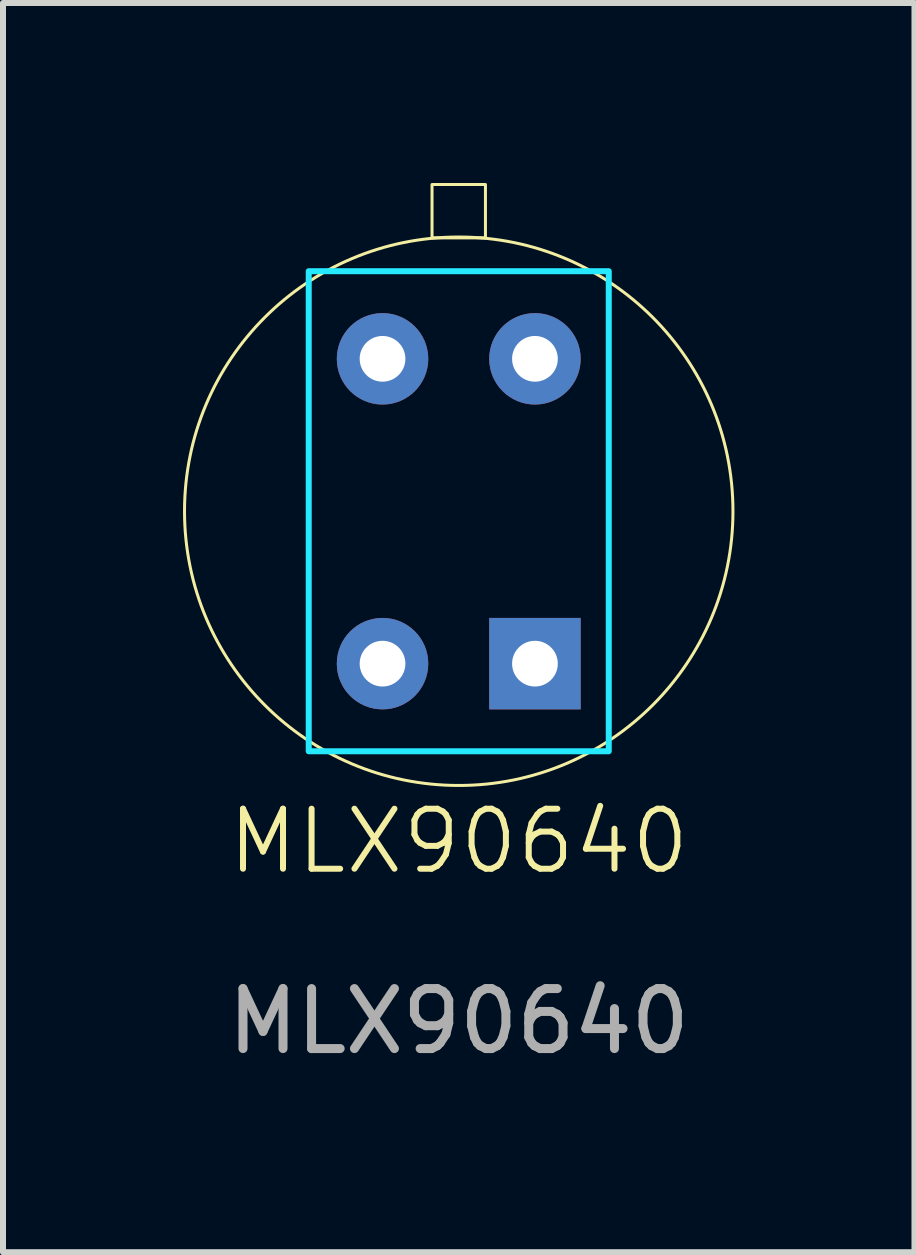
<source format=kicad_pcb>
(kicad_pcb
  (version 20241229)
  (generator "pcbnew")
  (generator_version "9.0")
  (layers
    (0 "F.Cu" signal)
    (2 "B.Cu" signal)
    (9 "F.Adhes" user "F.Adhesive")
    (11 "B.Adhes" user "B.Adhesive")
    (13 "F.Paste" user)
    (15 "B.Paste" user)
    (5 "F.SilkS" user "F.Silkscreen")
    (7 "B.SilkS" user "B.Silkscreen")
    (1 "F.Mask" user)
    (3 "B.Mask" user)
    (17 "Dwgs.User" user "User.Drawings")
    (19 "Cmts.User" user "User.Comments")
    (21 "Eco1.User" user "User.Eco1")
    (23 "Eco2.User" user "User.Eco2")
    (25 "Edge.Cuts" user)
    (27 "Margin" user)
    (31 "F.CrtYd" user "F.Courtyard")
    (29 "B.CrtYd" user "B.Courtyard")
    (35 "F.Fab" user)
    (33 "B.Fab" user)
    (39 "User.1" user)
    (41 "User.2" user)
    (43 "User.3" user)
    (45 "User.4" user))
  (footprint "MLX90640"
    (layer "F.Cu")
    (at 4.595 5.47)
    (property "Reference" "MLX90640" (at 0 5.5 0) (unlocked yes) (layer "F.SilkS") (effects (font (size 1 1) (thickness 0.1))))
    (attr through_hole)
    (fp_rect (start -0.445 -5.445) (end 0.445 -4.555) (stroke (width 0.05) (type default)) (fill no) (layer "F.SilkS"))
    (fp_circle (center 0 0) (end 4.57 0) (stroke (width 0.05) (type default)) (fill no) (layer "F.SilkS"))
    (fp_rect (start -2.5 -4) (end 2.5 4) (stroke (width 0.1) (type default)) (fill no) (layer "B.CrtYd"))
    (fp_text user "${REFERENCE}" (at 0 8.5 0) (unlocked yes) (layer "F.Fab") (effects (font (size 1 1) (thickness 0.15))))
    (pad "1" thru_hole circle (at -1.27 -2.54) (size 1.524 1.524) (drill 0.762) (layers "*.Cu" "*.Mask"))
    (pad "2" thru_hole circle (at 1.27 -2.54) (size 1.524 1.524) (drill 0.762) (layers "*.Cu" "*.Mask"))
    (pad "3" thru_hole circle (at -1.27 2.54) (size 1.524 1.524) (drill 0.762) (layers "*.Cu" "*.Mask"))
    (pad "4" thru_hole rect (at 1.27 2.54) (size 1.524 1.524) (drill 0.762) (layers "*.Cu" "*.Mask")))
  (gr_rect
    (start -3 -3)
    (end 12.19 17.818)
    (stroke (width 0.1) (type default))
    (fill no)
    (layer "Edge.Cuts")))
</source>
